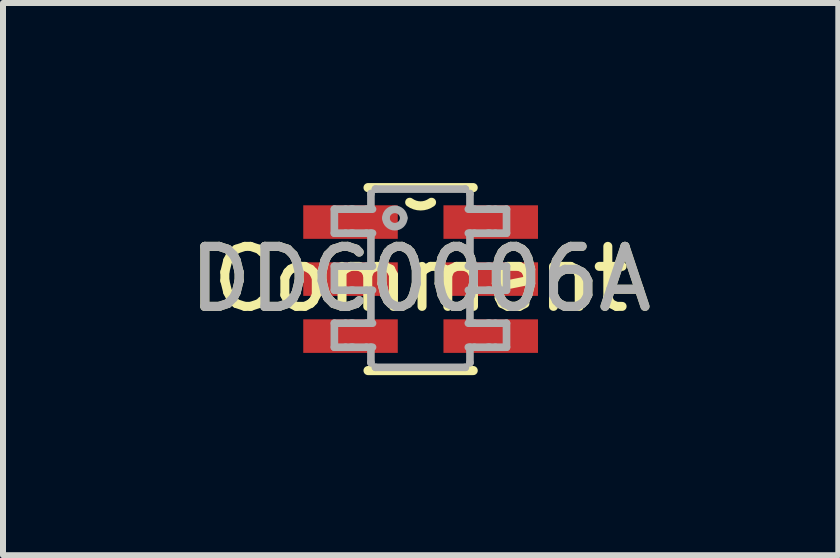
<source format=kicad_pcb>
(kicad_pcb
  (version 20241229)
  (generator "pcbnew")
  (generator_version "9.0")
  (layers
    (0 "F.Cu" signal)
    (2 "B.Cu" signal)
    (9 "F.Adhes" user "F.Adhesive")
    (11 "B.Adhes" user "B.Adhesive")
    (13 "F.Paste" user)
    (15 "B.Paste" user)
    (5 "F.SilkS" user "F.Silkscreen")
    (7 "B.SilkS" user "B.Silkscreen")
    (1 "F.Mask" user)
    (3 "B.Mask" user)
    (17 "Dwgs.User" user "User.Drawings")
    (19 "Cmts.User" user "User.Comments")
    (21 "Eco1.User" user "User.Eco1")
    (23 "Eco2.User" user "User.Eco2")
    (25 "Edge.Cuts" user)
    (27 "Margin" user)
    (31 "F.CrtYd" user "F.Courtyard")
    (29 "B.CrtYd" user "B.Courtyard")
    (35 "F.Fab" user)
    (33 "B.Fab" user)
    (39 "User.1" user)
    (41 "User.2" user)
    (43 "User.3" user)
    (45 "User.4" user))
  (footprint "DDC0006A"
    (layer "F.Cu")
    (at 3.958 1.6)
    (property "Reference" "DDC0006A" (at 0 0 0) (unlocked yes) (layer "F.SilkS") (effects (font (size 1 1) (thickness 0.15))))
    (attr smd)
    (fp_line (start -0.876 -1.524) (end 0.876 -1.524) (stroke (width 0.152) (type solid)) (layer "F.SilkS"))
    (fp_line (start -0.876 1.524) (end 0.876 1.524) (stroke (width 0.152) (type solid)) (layer "F.SilkS"))
    (fp_arc (start 0.181329 -1.279005) (mid 0 -1.2192) (end -0.181329 -1.279005) (stroke (width 0.1524) (type solid)) (layer "F.SilkS"))
    (fp_line (start -1.437 -1.165) (end -1.251 -1.165) (stroke (width 0.127) (type solid)) (layer "F.Fab"))
    (fp_line (start -1.437 -0.765) (end -1.437 -1.165) (stroke (width 0.127) (type solid)) (layer "F.Fab"))
    (fp_line (start -1.437 -0.765) (end -1.251 -0.765) (stroke (width 0.127) (type solid)) (layer "F.Fab"))
    (fp_line (start -1.437 -0.215) (end -1.251 -0.215) (stroke (width 0.127) (type solid)) (layer "F.Fab"))
    (fp_line (start -1.437 0.185) (end -1.437 -0.215) (stroke (width 0.127) (type solid)) (layer "F.Fab"))
    (fp_line (start -1.437 0.185) (end -1.251 0.185) (stroke (width 0.127) (type solid)) (layer "F.Fab"))
    (fp_line (start -1.437 0.735) (end -1.251 0.735) (stroke (width 0.127) (type solid)) (layer "F.Fab"))
    (fp_line (start -1.437 1.135) (end -1.437 0.735) (stroke (width 0.127) (type solid)) (layer "F.Fab"))
    (fp_line (start -1.437 1.135) (end -1.251 1.135) (stroke (width 0.127) (type solid)) (layer "F.Fab"))
    (fp_line (start -1.251 -1.165) (end -1.159 -1.165) (stroke (width 0.127) (type solid)) (layer "F.Fab"))
    (fp_line (start -1.251 -0.765) (end -1.159 -0.765) (stroke (width 0.127) (type solid)) (layer "F.Fab"))
    (fp_line (start -1.251 -0.215) (end -1.159 -0.215) (stroke (width 0.127) (type solid)) (layer "F.Fab"))
    (fp_line (start -1.251 0.185) (end -1.159 0.185) (stroke (width 0.127) (type solid)) (layer "F.Fab"))
    (fp_line (start -1.251 0.735) (end -1.159 0.735) (stroke (width 0.127) (type solid)) (layer "F.Fab"))
    (fp_line (start -1.251 1.135) (end -1.159 1.135) (stroke (width 0.127) (type solid)) (layer "F.Fab"))
    (fp_line (start -1.159 -1.165) (end -1.128 -1.165) (stroke (width 0.127) (type solid)) (layer "F.Fab"))
    (fp_line (start -1.159 -0.765) (end -1.128 -0.765) (stroke (width 0.127) (type solid)) (layer "F.Fab"))
    (fp_line (start -1.159 -0.215) (end -1.128 -0.215) (stroke (width 0.127) (type solid)) (layer "F.Fab"))
    (fp_line (start -1.159 0.185) (end -1.128 0.185) (stroke (width 0.127) (type solid)) (layer "F.Fab"))
    (fp_line (start -1.159 0.735) (end -1.128 0.735) (stroke (width 0.127) (type solid)) (layer "F.Fab"))
    (fp_line (start -1.159 1.135) (end -1.128 1.135) (stroke (width 0.127) (type solid)) (layer "F.Fab"))
    (fp_line (start -1.128 -1.165) (end -0.903 -1.165) (stroke (width 0.127) (type solid)) (layer "F.Fab"))
    (fp_line (start -1.128 -0.765) (end -0.903 -0.765) (stroke (width 0.127) (type solid)) (layer "F.Fab"))
    (fp_line (start -1.128 -0.215) (end -0.903 -0.215) (stroke (width 0.127) (type solid)) (layer "F.Fab"))
    (fp_line (start -1.128 0.185) (end -0.903 0.185) (stroke (width 0.127) (type solid)) (layer "F.Fab"))
    (fp_line (start -1.128 0.735) (end -0.903 0.735) (stroke (width 0.127) (type solid)) (layer "F.Fab"))
    (fp_line (start -1.128 1.135) (end -0.903 1.135) (stroke (width 0.127) (type solid)) (layer "F.Fab"))
    (fp_line (start -0.903 -1.165) (end -0.801 -1.165) (stroke (width 0.127) (type solid)) (layer "F.Fab"))
    (fp_line (start -0.903 -0.765) (end -0.801 -0.765) (stroke (width 0.127) (type solid)) (layer "F.Fab"))
    (fp_line (start -0.903 -0.215) (end -0.801 -0.215) (stroke (width 0.127) (type solid)) (layer "F.Fab"))
    (fp_line (start -0.903 0.185) (end -0.801 0.185) (stroke (width 0.127) (type solid)) (layer "F.Fab"))
    (fp_line (start -0.903 0.735) (end -0.801 0.735) (stroke (width 0.127) (type solid)) (layer "F.Fab"))
    (fp_line (start -0.903 1.135) (end -0.801 1.135) (stroke (width 0.127) (type solid)) (layer "F.Fab"))
    (fp_line (start -0.828 -1.422) (end -0.828 -1.426) (stroke (width 0.127) (type solid)) (layer "F.Fab"))
    (fp_line (start -0.828 -1.165) (end -0.828 -1.422) (stroke (width 0.127) (type solid)) (layer "F.Fab"))
    (fp_line (start -0.828 -0.215) (end -0.828 -0.765) (stroke (width 0.127) (type solid)) (layer "F.Fab"))
    (fp_line (start -0.828 0.735) (end -0.828 0.185) (stroke (width 0.127) (type solid)) (layer "F.Fab"))
    (fp_line (start -0.828 1.392) (end -0.828 1.135) (stroke (width 0.127) (type solid)) (layer "F.Fab"))
    (fp_line (start -0.828 1.395) (end -0.828 1.392) (stroke (width 0.127) (type solid)) (layer "F.Fab"))
    (fp_line (start -0.754 -1.5) (end -0.75 -1.5) (stroke (width 0.127) (type solid)) (layer "F.Fab"))
    (fp_line (start -0.754 1.47) (end -0.75 1.47) (stroke (width 0.127) (type solid)) (layer "F.Fab"))
    (fp_line (start -0.75 -1.5) (end 0.743 -1.5) (stroke (width 0.127) (type solid)) (layer "F.Fab"))
    (fp_line (start -0.75 1.47) (end 0.743 1.47) (stroke (width 0.127) (type solid)) (layer "F.Fab"))
    (fp_line (start 0.743 -1.5) (end 0.747 -1.5) (stroke (width 0.127) (type solid)) (layer "F.Fab"))
    (fp_line (start 0.743 1.47) (end 0.747 1.47) (stroke (width 0.127) (type solid)) (layer "F.Fab"))
    (fp_line (start 0.795 -1.165) (end 0.896 -1.165) (stroke (width 0.127) (type solid)) (layer "F.Fab"))
    (fp_line (start 0.795 -0.765) (end 0.896 -0.765) (stroke (width 0.127) (type solid)) (layer "F.Fab"))
    (fp_line (start 0.795 -0.215) (end 0.896 -0.215) (stroke (width 0.127) (type solid)) (layer "F.Fab"))
    (fp_line (start 0.795 0.185) (end 0.896 0.185) (stroke (width 0.127) (type solid)) (layer "F.Fab"))
    (fp_line (start 0.795 0.735) (end 0.896 0.735) (stroke (width 0.127) (type solid)) (layer "F.Fab"))
    (fp_line (start 0.795 1.135) (end 0.896 1.135) (stroke (width 0.127) (type solid)) (layer "F.Fab"))
    (fp_line (start 0.822 -1.422) (end 0.822 -1.426) (stroke (width 0.127) (type solid)) (layer "F.Fab"))
    (fp_line (start 0.822 -1.165) (end 0.822 -1.422) (stroke (width 0.127) (type solid)) (layer "F.Fab"))
    (fp_line (start 0.822 -0.215) (end 0.822 -0.765) (stroke (width 0.127) (type solid)) (layer "F.Fab"))
    (fp_line (start 0.822 0.735) (end 0.822 0.185) (stroke (width 0.127) (type solid)) (layer "F.Fab"))
    (fp_line (start 0.822 1.392) (end 0.822 1.135) (stroke (width 0.127) (type solid)) (layer "F.Fab"))
    (fp_line (start 0.822 1.395) (end 0.822 1.392) (stroke (width 0.127) (type solid)) (layer "F.Fab"))
    (fp_line (start 0.896 -1.165) (end 1.122 -1.165) (stroke (width 0.127) (type solid)) (layer "F.Fab"))
    (fp_line (start 0.896 -0.765) (end 1.122 -0.765) (stroke (width 0.127) (type solid)) (layer "F.Fab"))
    (fp_line (start 0.896 -0.215) (end 1.122 -0.215) (stroke (width 0.127) (type solid)) (layer "F.Fab"))
    (fp_line (start 0.896 0.185) (end 1.122 0.185) (stroke (width 0.127) (type solid)) (layer "F.Fab"))
    (fp_line (start 0.896 0.735) (end 1.122 0.735) (stroke (width 0.127) (type solid)) (layer "F.Fab"))
    (fp_line (start 0.896 1.135) (end 1.122 1.135) (stroke (width 0.127) (type solid)) (layer "F.Fab"))
    (fp_line (start 1.122 -1.165) (end 1.152 -1.165) (stroke (width 0.127) (type solid)) (layer "F.Fab"))
    (fp_line (start 1.122 -0.765) (end 1.152 -0.765) (stroke (width 0.127) (type solid)) (layer "F.Fab"))
    (fp_line (start 1.122 -0.215) (end 1.152 -0.215) (stroke (width 0.127) (type solid)) (layer "F.Fab"))
    (fp_line (start 1.122 0.185) (end 1.152 0.185) (stroke (width 0.127) (type solid)) (layer "F.Fab"))
    (fp_line (start 1.122 0.735) (end 1.152 0.735) (stroke (width 0.127) (type solid)) (layer "F.Fab"))
    (fp_line (start 1.122 1.135) (end 1.152 1.135) (stroke (width 0.127) (type solid)) (layer "F.Fab"))
    (fp_line (start 1.152 -1.165) (end 1.245 -1.165) (stroke (width 0.127) (type solid)) (layer "F.Fab"))
    (fp_line (start 1.152 -0.765) (end 1.245 -0.765) (stroke (width 0.127) (type solid)) (layer "F.Fab"))
    (fp_line (start 1.152 -0.215) (end 1.245 -0.215) (stroke (width 0.127) (type solid)) (layer "F.Fab"))
    (fp_line (start 1.152 0.185) (end 1.245 0.185) (stroke (width 0.127) (type solid)) (layer "F.Fab"))
    (fp_line (start 1.152 0.735) (end 1.245 0.735) (stroke (width 0.127) (type solid)) (layer "F.Fab"))
    (fp_line (start 1.152 1.135) (end 1.245 1.135) (stroke (width 0.127) (type solid)) (layer "F.Fab"))
    (fp_line (start 1.245 -1.165) (end 1.431 -1.165) (stroke (width 0.127) (type solid)) (layer "F.Fab"))
    (fp_line (start 1.245 -0.765) (end 1.431 -0.765) (stroke (width 0.127) (type solid)) (layer "F.Fab"))
    (fp_line (start 1.245 -0.215) (end 1.431 -0.215) (stroke (width 0.127) (type solid)) (layer "F.Fab"))
    (fp_line (start 1.245 0.185) (end 1.431 0.185) (stroke (width 0.127) (type solid)) (layer "F.Fab"))
    (fp_line (start 1.245 0.735) (end 1.431 0.735) (stroke (width 0.127) (type solid)) (layer "F.Fab"))
    (fp_line (start 1.245 1.135) (end 1.431 1.135) (stroke (width 0.127) (type solid)) (layer "F.Fab"))
    (fp_line (start 1.431 -0.765) (end 1.431 -1.165) (stroke (width 0.127) (type solid)) (layer "F.Fab"))
    (fp_line (start 1.431 0.185) (end 1.431 -0.215) (stroke (width 0.127) (type solid)) (layer "F.Fab"))
    (fp_line (start 1.431 1.135) (end 1.431 0.735) (stroke (width 0.127) (type solid)) (layer "F.Fab"))
    (fp_arc (start -0.578322 -1.017679) (mid -0.429542 -1.166459) (end -0.280761 -1.017679) (stroke (width 0.127) (type solid)) (layer "F.Fab"))
    (fp_arc (start -0.280761 -1.017679) (mid -0.429542 -0.868898) (end -0.578322 -1.017679) (stroke (width 0.127) (type solid)) (layer "F.Fab"))
    (fp_text user "Comment" (at 0 0 0) (unlocked yes) (layer "F.SilkS") (effects (font (size 1 1) (thickness 0.15))))
    (fp_text user "${REFERENCE}" (at 0 0 0) (unlocked yes) (layer "F.Fab") (effects (font (size 1 1) (thickness 0.15))))
    (pad "1" smd rect (at -1.168 -0.95) (size 1.575 0.559) (layers "F.Cu" "F.Mask" "F.Paste"))
    (pad "2" smd rect (at -1.168 0) (size 1.575 0.559) (layers "F.Cu" "F.Mask" "F.Paste"))
    (pad "3" smd rect (at -1.168 0.95) (size 1.575 0.559) (layers "F.Cu" "F.Mask" "F.Paste"))
    (pad "4" smd rect (at 1.168 0.95) (size 1.575 0.559) (layers "F.Cu" "F.Mask" "F.Paste"))
    (pad "5" smd rect (at 1.168 0) (size 1.575 0.559) (layers "F.Cu" "F.Mask" "F.Paste"))
    (pad "6" smd rect (at 1.168 -0.95) (size 1.575 0.559) (layers "F.Cu" "F.Mask" "F.Paste")))
  (gr_rect
    (start -3 -3)
    (end 10.917 6.2)
    (stroke (width 0.1) (type default))
    (fill no)
    (layer "Edge.Cuts")))
</source>
